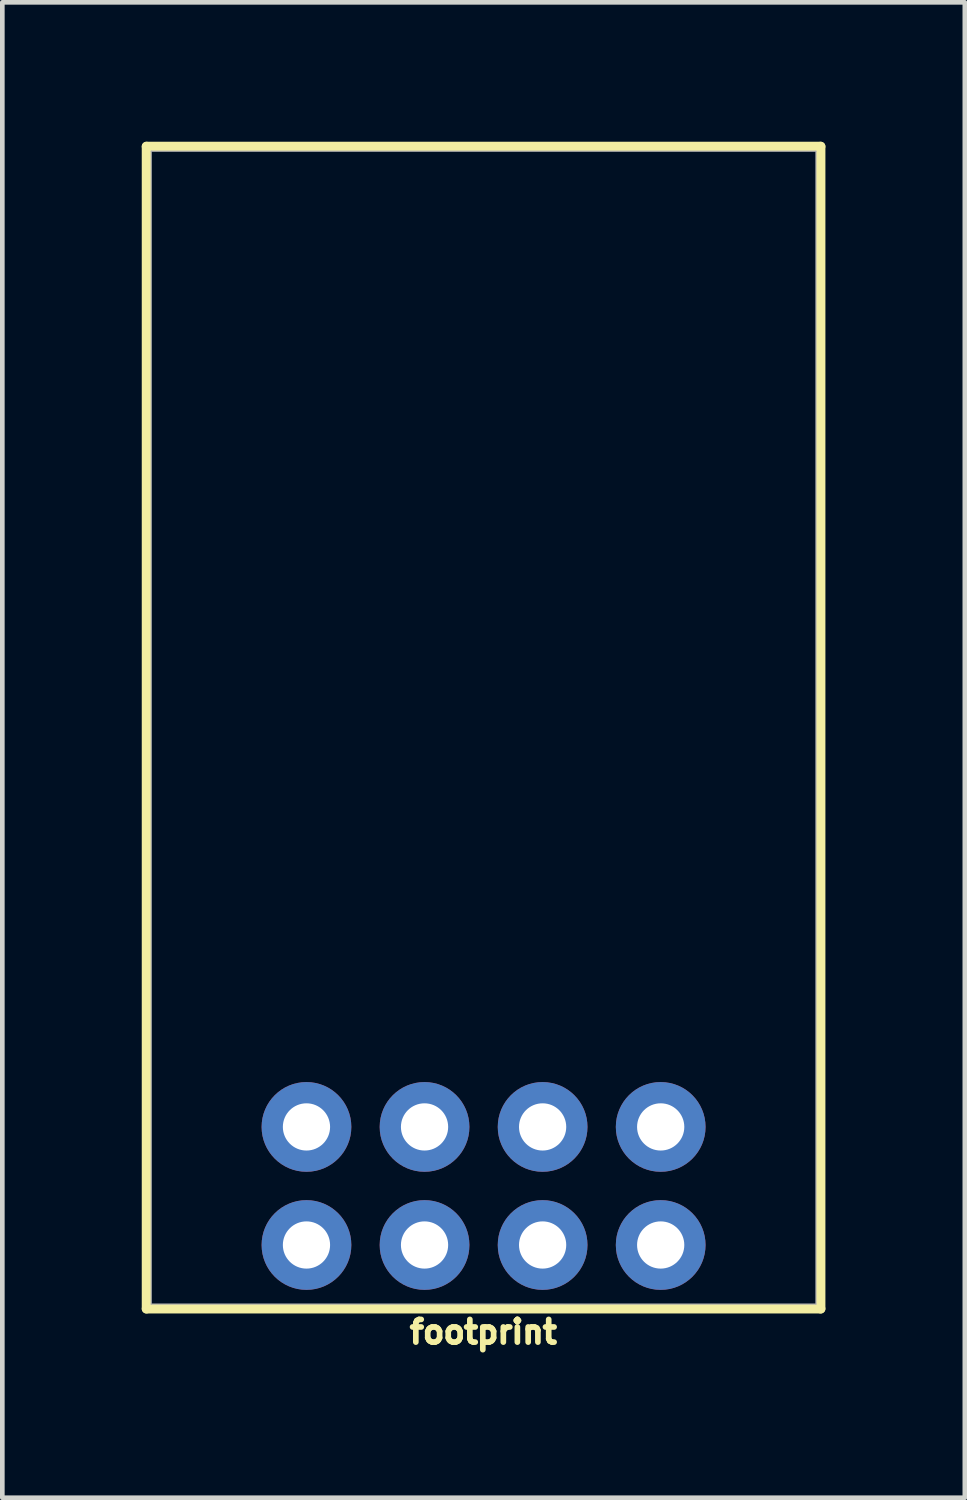
<source format=kicad_pcb>
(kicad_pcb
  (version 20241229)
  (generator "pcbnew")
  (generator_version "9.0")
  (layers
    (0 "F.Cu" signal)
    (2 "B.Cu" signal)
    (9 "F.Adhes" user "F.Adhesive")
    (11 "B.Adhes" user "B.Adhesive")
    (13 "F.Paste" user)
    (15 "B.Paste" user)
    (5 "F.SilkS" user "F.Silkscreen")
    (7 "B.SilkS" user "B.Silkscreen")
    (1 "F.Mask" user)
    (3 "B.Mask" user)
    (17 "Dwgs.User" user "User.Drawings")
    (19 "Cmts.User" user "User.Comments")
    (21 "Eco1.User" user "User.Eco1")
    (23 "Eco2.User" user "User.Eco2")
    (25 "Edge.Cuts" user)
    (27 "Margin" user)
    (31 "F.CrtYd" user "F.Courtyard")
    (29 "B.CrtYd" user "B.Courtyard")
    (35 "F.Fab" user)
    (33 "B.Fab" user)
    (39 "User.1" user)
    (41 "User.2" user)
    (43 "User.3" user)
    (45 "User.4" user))
  (footprint "footprint"
    (layer "F.Cu")
    (at 7.353 12.603)
    (property "Reference" "footprint" (at -0.005 12.714 0) (layer "F.SilkS") (effects (font (size 0.488 0.488) (thickness 0.122)) (justify top)))
    (fp_line (start -7.252 -12.502) (end 7.252 -12.502) (stroke (width 0.203) (type solid)) (layer "F.SilkS"))
    (fp_line (start -7.252 12.502) (end -7.252 -12.502) (stroke (width 0.203) (type solid)) (layer "F.SilkS"))
    (fp_line (start 7.252 -12.502) (end 7.252 12.502) (stroke (width 0.203) (type solid)) (layer "F.SilkS"))
    (fp_line (start 7.252 12.502) (end -7.252 12.502) (stroke (width 0.203) (type solid)) (layer "F.SilkS"))
    (fp_line (start -7.15 -12.4) (end 7.15 -12.4) (stroke (width 0.025) (type solid)) (layer "F.Fab"))
    (fp_line (start -7.15 12.4) (end -7.15 -12.4) (stroke (width 0.025) (type solid)) (layer "F.Fab"))
    (fp_line (start 7.15 -12.4) (end 7.15 12.4) (stroke (width 0.025) (type solid)) (layer "F.Fab"))
    (fp_line (start 7.15 12.4) (end -7.15 12.4) (stroke (width 0.025) (type solid)) (layer "F.Fab"))
    (pad "1" thru_hole circle (at -3.81 11.13 90) (size 1.93 1.93) (drill 1.016) (layers "*.Cu" "*.Mask"))
    (pad "2" thru_hole circle (at -1.27 11.13 90) (size 1.93 1.93) (drill 1.016) (layers "*.Cu" "*.Mask"))
    (pad "3" thru_hole circle (at 1.27 11.13 90) (size 1.93 1.93) (drill 1.016) (layers "*.Cu" "*.Mask"))
    (pad "4" thru_hole circle (at 3.81 11.13 90) (size 1.93 1.93) (drill 1.016) (layers "*.Cu" "*.Mask"))
    (pad "5" thru_hole circle (at 3.81 8.59 90) (size 1.93 1.93) (drill 1.016) (layers "*.Cu" "*.Mask"))
    (pad "6" thru_hole circle (at 1.27 8.59 90) (size 1.93 1.93) (drill 1.016) (layers "*.Cu" "*.Mask"))
    (pad "7" thru_hole circle (at -1.27 8.59 90) (size 1.93 1.93) (drill 1.016) (layers "*.Cu" "*.Mask"))
    (pad "8" thru_hole circle (at -3.81 8.59 90) (size 1.93 1.93) (drill 1.016) (layers "*.Cu" "*.Mask")))
  (gr_rect
    (start -3 -3)
    (end 17.706 29.17)
    (stroke (width 0.1) (type default))
    (fill no)
    (layer "Edge.Cuts")))
</source>
